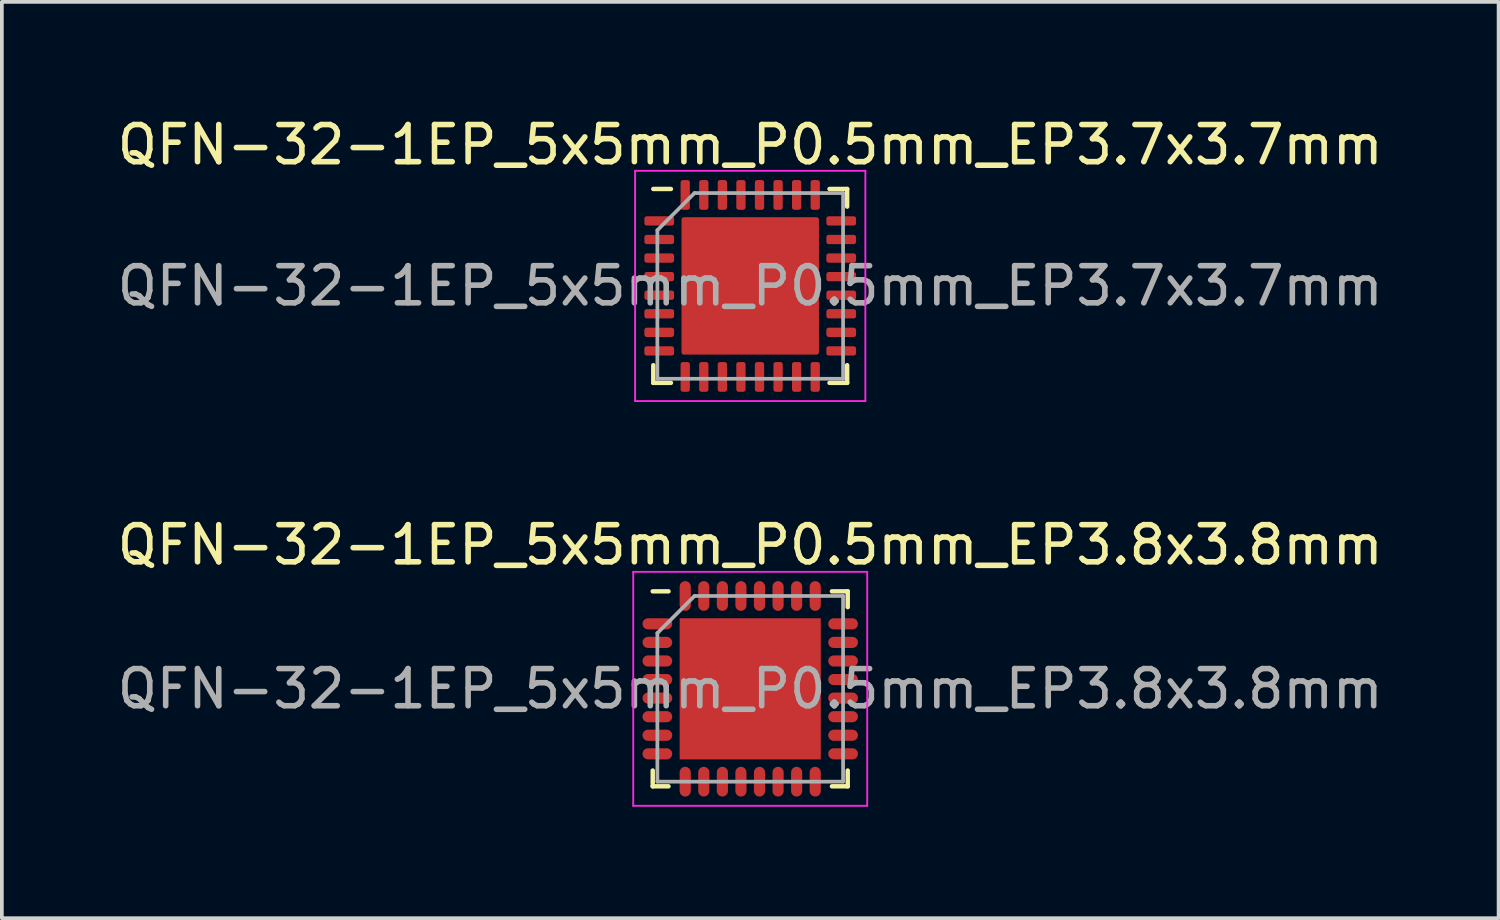
<source format=kicad_pcb>
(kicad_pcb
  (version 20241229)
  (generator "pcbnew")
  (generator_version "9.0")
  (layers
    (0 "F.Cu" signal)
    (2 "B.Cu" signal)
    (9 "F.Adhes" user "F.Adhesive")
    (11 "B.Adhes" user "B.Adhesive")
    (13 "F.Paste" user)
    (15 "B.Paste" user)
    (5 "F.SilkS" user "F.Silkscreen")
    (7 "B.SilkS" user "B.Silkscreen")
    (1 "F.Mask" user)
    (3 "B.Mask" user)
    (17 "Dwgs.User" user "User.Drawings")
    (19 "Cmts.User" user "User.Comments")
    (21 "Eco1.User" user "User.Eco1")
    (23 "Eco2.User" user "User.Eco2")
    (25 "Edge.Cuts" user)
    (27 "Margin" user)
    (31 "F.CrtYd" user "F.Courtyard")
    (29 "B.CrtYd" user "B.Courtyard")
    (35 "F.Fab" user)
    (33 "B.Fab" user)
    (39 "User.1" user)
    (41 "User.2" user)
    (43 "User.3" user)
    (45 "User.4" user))
  (footprint "QFN-32-1EP_5x5mm_P0.5mm_EP3.8x3.8mm"
    (layer "F.Cu")
    (at 17.149 15.496)
    (property "Reference" "QFN-32-1EP_5x5mm_P0.5mm_EP3.8x3.8mm" (at 0 -3.875 0) (layer "F.SilkS") (effects (font (size 1 1) (thickness 0.15))))
    (attr smd)
    (fp_line (start -2.625 -2.625) (end -2.2 -2.625) (stroke (width 0.12) (type solid)) (layer "F.SilkS"))
    (fp_line (start -2.625 2.625) (end -2.625 2.2) (stroke (width 0.12) (type solid)) (layer "F.SilkS"))
    (fp_line (start -2.625 2.625) (end -2.2 2.625) (stroke (width 0.12) (type solid)) (layer "F.SilkS"))
    (fp_line (start 2.625 -2.625) (end 2.2 -2.625) (stroke (width 0.12) (type solid)) (layer "F.SilkS"))
    (fp_line (start 2.625 -2.625) (end 2.625 -2.2) (stroke (width 0.12) (type solid)) (layer "F.SilkS"))
    (fp_line (start 2.625 2.625) (end 2.2 2.625) (stroke (width 0.12) (type solid)) (layer "F.SilkS"))
    (fp_line (start 2.625 2.625) (end 2.625 2.2) (stroke (width 0.12) (type solid)) (layer "F.SilkS"))
    (fp_line (start -3.15 -3.15) (end -3.15 3.15) (stroke (width 0.05) (type solid)) (layer "F.CrtYd"))
    (fp_line (start -3.15 -3.15) (end 3.15 -3.15) (stroke (width 0.05) (type solid)) (layer "F.CrtYd"))
    (fp_line (start -3.15 3.15) (end 3.15 3.15) (stroke (width 0.05) (type solid)) (layer "F.CrtYd"))
    (fp_line (start 3.15 -3.15) (end 3.15 3.15) (stroke (width 0.05) (type solid)) (layer "F.CrtYd"))
    (fp_line (start -2.5 -1.5) (end -1.5 -2.5) (stroke (width 0.1) (type solid)) (layer "F.Fab"))
    (fp_line (start -2.5 2.5) (end -2.5 -1.5) (stroke (width 0.1) (type solid)) (layer "F.Fab"))
    (fp_line (start -1.5 -2.5) (end 2.5 -2.5) (stroke (width 0.1) (type solid)) (layer "F.Fab"))
    (fp_line (start 2.5 -2.5) (end 2.5 2.5) (stroke (width 0.1) (type solid)) (layer "F.Fab"))
    (fp_line (start 2.5 2.5) (end -2.5 2.5) (stroke (width 0.1) (type solid)) (layer "F.Fab"))
    (fp_text user "${REFERENCE}" (at 0 0 0) (layer "F.Fab") (effects (font (size 1 1) (thickness 0.15))))
    (pad "" smd rect (at -1.225 -1.225) (size 1.1 1.1) (layers "F.Paste"))
    (pad "" smd rect (at -1.225 0) (size 1.1 1.1) (layers "F.Paste"))
    (pad "" smd rect (at -1.225 1.225) (size 1.1 1.1) (layers "F.Paste"))
    (pad "" smd rect (at 0 -1.225) (size 1.1 1.1) (layers "F.Paste"))
    (pad "" smd rect (at 0 0) (size 1.1 1.1) (layers "F.Paste"))
    (pad "" smd rect (at 0 1.225) (size 1.1 1.1) (layers "F.Paste"))
    (pad "" smd rect (at 1.225 -1.225) (size 1.1 1.1) (layers "F.Paste"))
    (pad "" smd rect (at 1.225 0) (size 1.1 1.1) (layers "F.Paste"))
    (pad "" smd rect (at 1.225 1.225) (size 1.1 1.1) (layers "F.Paste"))
    (pad "1" smd oval (at -2.5 -1.75) (size 0.8 0.3) (layers "F.Cu" "F.Mask" "F.Paste"))
    (pad "2" smd oval (at -2.5 -1.25) (size 0.8 0.3) (layers "F.Cu" "F.Mask" "F.Paste"))
    (pad "3" smd oval (at -2.5 -0.75) (size 0.8 0.3) (layers "F.Cu" "F.Mask" "F.Paste"))
    (pad "4" smd oval (at -2.5 -0.25) (size 0.8 0.3) (layers "F.Cu" "F.Mask" "F.Paste"))
    (pad "5" smd oval (at -2.5 0.25) (size 0.8 0.3) (layers "F.Cu" "F.Mask" "F.Paste"))
    (pad "6" smd oval (at -2.5 0.75) (size 0.8 0.3) (layers "F.Cu" "F.Mask" "F.Paste"))
    (pad "7" smd oval (at -2.5 1.25) (size 0.8 0.3) (layers "F.Cu" "F.Mask" "F.Paste"))
    (pad "8" smd oval (at -2.5 1.75) (size 0.8 0.3) (layers "F.Cu" "F.Mask" "F.Paste"))
    (pad "9" smd oval (at -1.75 2.5 90) (size 0.8 0.3) (layers "F.Cu" "F.Mask" "F.Paste"))
    (pad "10" smd oval (at -1.25 2.5 90) (size 0.8 0.3) (layers "F.Cu" "F.Mask" "F.Paste"))
    (pad "11" smd oval (at -0.75 2.5 90) (size 0.8 0.3) (layers "F.Cu" "F.Mask" "F.Paste"))
    (pad "12" smd oval (at -0.25 2.5 90) (size 0.8 0.3) (layers "F.Cu" "F.Mask" "F.Paste"))
    (pad "13" smd oval (at 0.25 2.5 90) (size 0.8 0.3) (layers "F.Cu" "F.Mask" "F.Paste"))
    (pad "14" smd oval (at 0.75 2.5 90) (size 0.8 0.3) (layers "F.Cu" "F.Mask" "F.Paste"))
    (pad "15" smd oval (at 1.25 2.5 90) (size 0.8 0.3) (layers "F.Cu" "F.Mask" "F.Paste"))
    (pad "16" smd oval (at 1.75 2.5 90) (size 0.8 0.3) (layers "F.Cu" "F.Mask" "F.Paste"))
    (pad "17" smd oval (at 2.5 1.75) (size 0.8 0.3) (layers "F.Cu" "F.Mask" "F.Paste"))
    (pad "18" smd oval (at 2.5 1.25) (size 0.8 0.3) (layers "F.Cu" "F.Mask" "F.Paste"))
    (pad "19" smd oval (at 2.5 0.75) (size 0.8 0.3) (layers "F.Cu" "F.Mask" "F.Paste"))
    (pad "20" smd oval (at 2.5 0.25) (size 0.8 0.3) (layers "F.Cu" "F.Mask" "F.Paste"))
    (pad "21" smd oval (at 2.5 -0.25) (size 0.8 0.3) (layers "F.Cu" "F.Mask" "F.Paste"))
    (pad "22" smd oval (at 2.5 -0.75) (size 0.8 0.3) (layers "F.Cu" "F.Mask" "F.Paste"))
    (pad "23" smd oval (at 2.5 -1.25) (size 0.8 0.3) (layers "F.Cu" "F.Mask" "F.Paste"))
    (pad "24" smd oval (at 2.5 -1.75) (size 0.8 0.3) (layers "F.Cu" "F.Mask" "F.Paste"))
    (pad "25" smd oval (at 1.75 -2.5 90) (size 0.8 0.3) (layers "F.Cu" "F.Mask" "F.Paste"))
    (pad "26" smd oval (at 1.25 -2.5 90) (size 0.8 0.3) (layers "F.Cu" "F.Mask" "F.Paste"))
    (pad "27" smd oval (at 0.75 -2.5 90) (size 0.8 0.3) (layers "F.Cu" "F.Mask" "F.Paste"))
    (pad "28" smd oval (at 0.25 -2.5 90) (size 0.8 0.3) (layers "F.Cu" "F.Mask" "F.Paste"))
    (pad "29" smd oval (at -0.25 -2.5 90) (size 0.8 0.3) (layers "F.Cu" "F.Mask" "F.Paste"))
    (pad "30" smd oval (at -0.75 -2.5 90) (size 0.8 0.3) (layers "F.Cu" "F.Mask" "F.Paste"))
    (pad "31" smd oval (at -1.25 -2.5 90) (size 0.8 0.3) (layers "F.Cu" "F.Mask" "F.Paste"))
    (pad "32" smd oval (at -1.75 -2.5 90) (size 0.8 0.3) (layers "F.Cu" "F.Mask" "F.Paste"))
    (pad "33" smd rect (at 0 0) (size 3.8 3.8) (layers "F.Cu" "F.Mask")))
  (footprint "QFN-32-1EP_5x5mm_P0.5mm_EP3.7x3.7mm"
    (layer "F.Cu")
    (at 17.149 4.648)
    (property "Reference" "QFN-32-1EP_5x5mm_P0.5mm_EP3.7x3.7mm" (at 0 -3.8 0) (layer "F.SilkS") (effects (font (size 1 1) (thickness 0.15))))
    (attr smd)
    (fp_line (start -2.61 2.61) (end -2.61 2.135) (stroke (width 0.12) (type solid)) (layer "F.SilkS"))
    (fp_line (start -2.135 -2.61) (end -2.61 -2.61) (stroke (width 0.12) (type solid)) (layer "F.SilkS"))
    (fp_line (start -2.135 2.61) (end -2.61 2.61) (stroke (width 0.12) (type solid)) (layer "F.SilkS"))
    (fp_line (start 2.135 -2.61) (end 2.61 -2.61) (stroke (width 0.12) (type solid)) (layer "F.SilkS"))
    (fp_line (start 2.135 2.61) (end 2.61 2.61) (stroke (width 0.12) (type solid)) (layer "F.SilkS"))
    (fp_line (start 2.61 -2.61) (end 2.61 -2.135) (stroke (width 0.12) (type solid)) (layer "F.SilkS"))
    (fp_line (start 2.61 2.61) (end 2.61 2.135) (stroke (width 0.12) (type solid)) (layer "F.SilkS"))
    (fp_line (start -3.1 -3.1) (end -3.1 3.1) (stroke (width 0.05) (type solid)) (layer "F.CrtYd"))
    (fp_line (start -3.1 3.1) (end 3.1 3.1) (stroke (width 0.05) (type solid)) (layer "F.CrtYd"))
    (fp_line (start 3.1 -3.1) (end -3.1 -3.1) (stroke (width 0.05) (type solid)) (layer "F.CrtYd"))
    (fp_line (start 3.1 3.1) (end 3.1 -3.1) (stroke (width 0.05) (type solid)) (layer "F.CrtYd"))
    (fp_line (start -2.5 -1.5) (end -1.5 -2.5) (stroke (width 0.1) (type solid)) (layer "F.Fab"))
    (fp_line (start -2.5 2.5) (end -2.5 -1.5) (stroke (width 0.1) (type solid)) (layer "F.Fab"))
    (fp_line (start -1.5 -2.5) (end 2.5 -2.5) (stroke (width 0.1) (type solid)) (layer "F.Fab"))
    (fp_line (start 2.5 -2.5) (end 2.5 2.5) (stroke (width 0.1) (type solid)) (layer "F.Fab"))
    (fp_line (start 2.5 2.5) (end -2.5 2.5) (stroke (width 0.1) (type solid)) (layer "F.Fab"))
    (fp_text user "${REFERENCE}" (at 0 0 0) (layer "F.Fab") (effects (font (size 1 1) (thickness 0.15))))
    (pad "" smd roundrect (at -0.925 -0.925) (size 1.49 1.49) (layers "F.Paste") (roundrect_rratio 0.168))
    (pad "" smd roundrect (at -0.925 0.925) (size 1.49 1.49) (layers "F.Paste") (roundrect_rratio 0.168))
    (pad "" smd roundrect (at 0.925 -0.925) (size 1.49 1.49) (layers "F.Paste") (roundrect_rratio 0.168))
    (pad "" smd roundrect (at 0.925 0.925) (size 1.49 1.49) (layers "F.Paste") (roundrect_rratio 0.168))
    (pad "1" smd roundrect (at -2.45 -1.75) (size 0.8 0.25) (layers "F.Cu" "F.Mask" "F.Paste") (roundrect_rratio 0.25))
    (pad "2" smd roundrect (at -2.45 -1.25) (size 0.8 0.25) (layers "F.Cu" "F.Mask" "F.Paste") (roundrect_rratio 0.25))
    (pad "3" smd roundrect (at -2.45 -0.75) (size 0.8 0.25) (layers "F.Cu" "F.Mask" "F.Paste") (roundrect_rratio 0.25))
    (pad "4" smd roundrect (at -2.45 -0.25) (size 0.8 0.25) (layers "F.Cu" "F.Mask" "F.Paste") (roundrect_rratio 0.25))
    (pad "5" smd roundrect (at -2.45 0.25) (size 0.8 0.25) (layers "F.Cu" "F.Mask" "F.Paste") (roundrect_rratio 0.25))
    (pad "6" smd roundrect (at -2.45 0.75) (size 0.8 0.25) (layers "F.Cu" "F.Mask" "F.Paste") (roundrect_rratio 0.25))
    (pad "7" smd roundrect (at -2.45 1.25) (size 0.8 0.25) (layers "F.Cu" "F.Mask" "F.Paste") (roundrect_rratio 0.25))
    (pad "8" smd roundrect (at -2.45 1.75) (size 0.8 0.25) (layers "F.Cu" "F.Mask" "F.Paste") (roundrect_rratio 0.25))
    (pad "9" smd roundrect (at -1.75 2.45) (size 0.25 0.8) (layers "F.Cu" "F.Mask" "F.Paste") (roundrect_rratio 0.25))
    (pad "10" smd roundrect (at -1.25 2.45) (size 0.25 0.8) (layers "F.Cu" "F.Mask" "F.Paste") (roundrect_rratio 0.25))
    (pad "11" smd roundrect (at -0.75 2.45) (size 0.25 0.8) (layers "F.Cu" "F.Mask" "F.Paste") (roundrect_rratio 0.25))
    (pad "12" smd roundrect (at -0.25 2.45) (size 0.25 0.8) (layers "F.Cu" "F.Mask" "F.Paste") (roundrect_rratio 0.25))
    (pad "13" smd roundrect (at 0.25 2.45) (size 0.25 0.8) (layers "F.Cu" "F.Mask" "F.Paste") (roundrect_rratio 0.25))
    (pad "14" smd roundrect (at 0.75 2.45) (size 0.25 0.8) (layers "F.Cu" "F.Mask" "F.Paste") (roundrect_rratio 0.25))
    (pad "15" smd roundrect (at 1.25 2.45) (size 0.25 0.8) (layers "F.Cu" "F.Mask" "F.Paste") (roundrect_rratio 0.25))
    (pad "16" smd roundrect (at 1.75 2.45) (size 0.25 0.8) (layers "F.Cu" "F.Mask" "F.Paste") (roundrect_rratio 0.25))
    (pad "17" smd roundrect (at 2.45 1.75) (size 0.8 0.25) (layers "F.Cu" "F.Mask" "F.Paste") (roundrect_rratio 0.25))
    (pad "18" smd roundrect (at 2.45 1.25) (size 0.8 0.25) (layers "F.Cu" "F.Mask" "F.Paste") (roundrect_rratio 0.25))
    (pad "19" smd roundrect (at 2.45 0.75) (size 0.8 0.25) (layers "F.Cu" "F.Mask" "F.Paste") (roundrect_rratio 0.25))
    (pad "20" smd roundrect (at 2.45 0.25) (size 0.8 0.25) (layers "F.Cu" "F.Mask" "F.Paste") (roundrect_rratio 0.25))
    (pad "21" smd roundrect (at 2.45 -0.25) (size 0.8 0.25) (layers "F.Cu" "F.Mask" "F.Paste") (roundrect_rratio 0.25))
    (pad "22" smd roundrect (at 2.45 -0.75) (size 0.8 0.25) (layers "F.Cu" "F.Mask" "F.Paste") (roundrect_rratio 0.25))
    (pad "23" smd roundrect (at 2.45 -1.25) (size 0.8 0.25) (layers "F.Cu" "F.Mask" "F.Paste") (roundrect_rratio 0.25))
    (pad "24" smd roundrect (at 2.45 -1.75) (size 0.8 0.25) (layers "F.Cu" "F.Mask" "F.Paste") (roundrect_rratio 0.25))
    (pad "25" smd roundrect (at 1.75 -2.45) (size 0.25 0.8) (layers "F.Cu" "F.Mask" "F.Paste") (roundrect_rratio 0.25))
    (pad "26" smd roundrect (at 1.25 -2.45) (size 0.25 0.8) (layers "F.Cu" "F.Mask" "F.Paste") (roundrect_rratio 0.25))
    (pad "27" smd roundrect (at 0.75 -2.45) (size 0.25 0.8) (layers "F.Cu" "F.Mask" "F.Paste") (roundrect_rratio 0.25))
    (pad "28" smd roundrect (at 0.25 -2.45) (size 0.25 0.8) (layers "F.Cu" "F.Mask" "F.Paste") (roundrect_rratio 0.25))
    (pad "29" smd roundrect (at -0.25 -2.45) (size 0.25 0.8) (layers "F.Cu" "F.Mask" "F.Paste") (roundrect_rratio 0.25))
    (pad "30" smd roundrect (at -0.75 -2.45) (size 0.25 0.8) (layers "F.Cu" "F.Mask" "F.Paste") (roundrect_rratio 0.25))
    (pad "31" smd roundrect (at -1.25 -2.45) (size 0.25 0.8) (layers "F.Cu" "F.Mask" "F.Paste") (roundrect_rratio 0.25))
    (pad "32" smd roundrect (at -1.75 -2.45) (size 0.25 0.8) (layers "F.Cu" "F.Mask" "F.Paste") (roundrect_rratio 0.25))
    (pad "33" smd roundrect (at 0 0) (size 3.7 3.7) (layers "F.Cu" "F.Mask") (roundrect_rratio 0.017)))
  (gr_rect
    (start -3 -3)
    (end 37.298 21.672)
    (stroke (width 0.1) (type default))
    (fill no)
    (layer "Edge.Cuts")))
</source>
